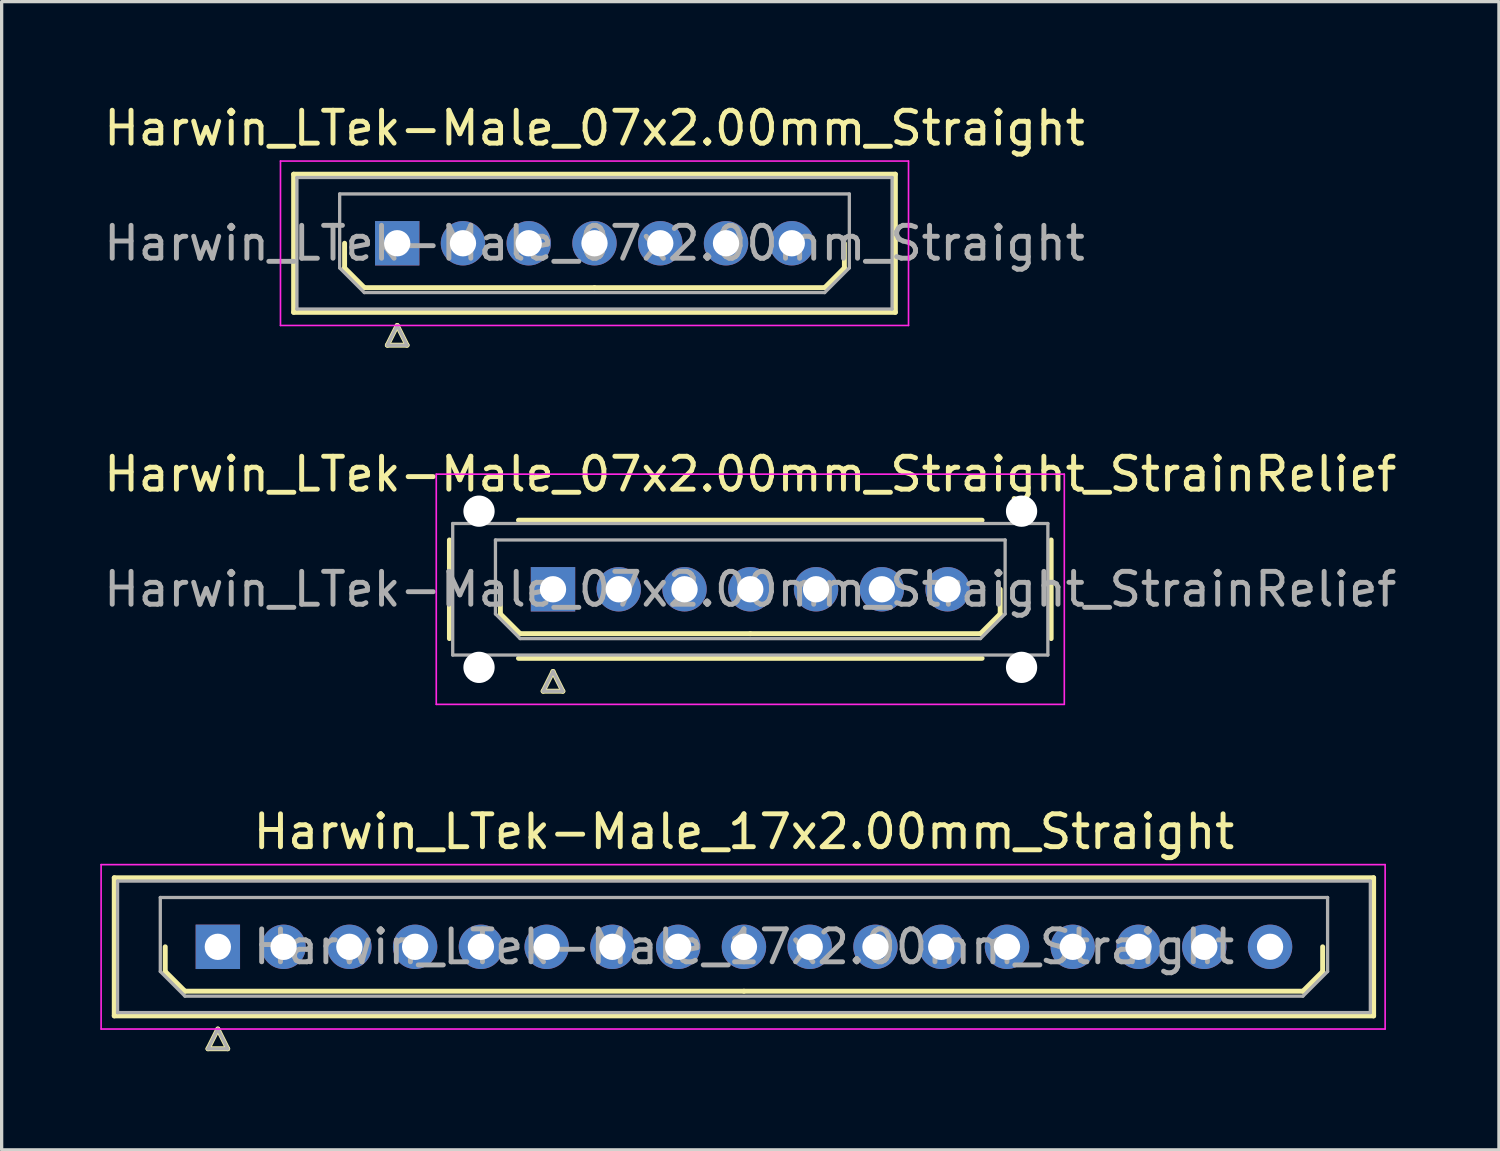
<source format=kicad_pcb>
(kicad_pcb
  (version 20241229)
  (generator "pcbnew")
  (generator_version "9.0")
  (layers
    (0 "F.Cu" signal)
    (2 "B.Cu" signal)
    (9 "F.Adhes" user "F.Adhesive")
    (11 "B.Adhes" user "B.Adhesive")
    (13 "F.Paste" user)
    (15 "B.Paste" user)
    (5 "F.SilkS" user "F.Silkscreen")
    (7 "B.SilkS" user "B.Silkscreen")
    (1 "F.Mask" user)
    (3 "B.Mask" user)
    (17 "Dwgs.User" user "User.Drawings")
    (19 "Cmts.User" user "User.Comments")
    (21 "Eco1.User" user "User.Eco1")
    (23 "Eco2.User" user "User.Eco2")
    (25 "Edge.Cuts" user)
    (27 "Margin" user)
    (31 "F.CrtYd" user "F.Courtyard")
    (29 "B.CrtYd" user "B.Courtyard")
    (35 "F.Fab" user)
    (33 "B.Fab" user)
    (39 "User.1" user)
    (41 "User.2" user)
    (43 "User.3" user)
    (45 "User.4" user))
  (footprint "Harwin_LTek-Male_07x2.00mm_Straight_StrainRelief"
    (layer "F.Cu")
    (at 13.768 14.871)
    (property "Reference" "Harwin_LTek-Male_07x2.00mm_Straight_StrainRelief" (at 6 -3.5 0) (layer "F.SilkS") (effects (font (size 1 1) (thickness 0.15))))
    (attr through_hole)
    (fp_line (start -3.15 -1.5) (end -3.15 1.5) (stroke (width 0.15) (type solid)) (layer "F.SilkS"))
    (fp_line (start -1.6 0) (end -1.6 0.75) (stroke (width 0.15) (type solid)) (layer "F.SilkS"))
    (fp_line (start -1.6 0.75) (end -1 1.35) (stroke (width 0.15) (type solid)) (layer "F.SilkS"))
    (fp_line (start -1.05 -2.1) (end 13.05 -2.1) (stroke (width 0.15) (type solid)) (layer "F.SilkS"))
    (fp_line (start -1.05 2.1) (end 13.05 2.1) (stroke (width 0.15) (type solid)) (layer "F.SilkS"))
    (fp_line (start -1 1.35) (end 6 1.35) (stroke (width 0.15) (type solid)) (layer "F.SilkS"))
    (fp_line (start -0.3 3.1) (end 0.3 3.1) (stroke (width 0.15) (type solid)) (layer "F.SilkS"))
    (fp_line (start 0 2.5) (end -0.3 3.1) (stroke (width 0.15) (type solid)) (layer "F.SilkS"))
    (fp_line (start 0.3 3.1) (end 0 2.5) (stroke (width 0.15) (type solid)) (layer "F.SilkS"))
    (fp_line (start 13 1.35) (end 6 1.35) (stroke (width 0.15) (type solid)) (layer "F.SilkS"))
    (fp_line (start 13.6 0) (end 13.6 0.75) (stroke (width 0.15) (type solid)) (layer "F.SilkS"))
    (fp_line (start 13.6 0.75) (end 13 1.35) (stroke (width 0.15) (type solid)) (layer "F.SilkS"))
    (fp_line (start 15.15 -1.5) (end 15.15 1.5) (stroke (width 0.15) (type solid)) (layer "F.SilkS"))
    (fp_line (start -3.55 -3.5) (end -3.55 3.5) (stroke (width 0.05) (type solid)) (layer "F.CrtYd"))
    (fp_line (start -3.55 3.5) (end 15.55 3.5) (stroke (width 0.05) (type solid)) (layer "F.CrtYd"))
    (fp_line (start 15.55 -3.5) (end -3.55 -3.5) (stroke (width 0.05) (type solid)) (layer "F.CrtYd"))
    (fp_line (start 15.55 3.5) (end 15.55 -3.5) (stroke (width 0.05) (type solid)) (layer "F.CrtYd"))
    (fp_line (start -3.05 -2) (end -3.05 2) (stroke (width 0.1) (type solid)) (layer "F.Fab"))
    (fp_line (start -3.05 2) (end 15.05 2) (stroke (width 0.1) (type solid)) (layer "F.Fab"))
    (fp_line (start -1.75 -1.5) (end 13.75 -1.5) (stroke (width 0.1) (type solid)) (layer "F.Fab"))
    (fp_line (start -1.75 0.75) (end -1.75 -1.5) (stroke (width 0.1) (type solid)) (layer "F.Fab"))
    (fp_line (start -1 1.5) (end -1.75 0.75) (stroke (width 0.1) (type solid)) (layer "F.Fab"))
    (fp_line (start -0.3 3.1) (end 0.3 3.1) (stroke (width 0.1) (type solid)) (layer "F.Fab"))
    (fp_line (start 0 2.5) (end -0.3 3.1) (stroke (width 0.1) (type solid)) (layer "F.Fab"))
    (fp_line (start 0.3 3.1) (end 0 2.5) (stroke (width 0.1) (type solid)) (layer "F.Fab"))
    (fp_line (start 13 1.5) (end -1 1.5) (stroke (width 0.1) (type solid)) (layer "F.Fab"))
    (fp_line (start 13.75 -1.5) (end 13.75 0.75) (stroke (width 0.1) (type solid)) (layer "F.Fab"))
    (fp_line (start 13.75 0.75) (end 13 1.5) (stroke (width 0.1) (type solid)) (layer "F.Fab"))
    (fp_line (start 15.05 -2) (end -3.05 -2) (stroke (width 0.1) (type solid)) (layer "F.Fab"))
    (fp_line (start 15.05 2) (end 15.05 -2) (stroke (width 0.1) (type solid)) (layer "F.Fab"))
    (fp_text user "${REFERENCE}" (at 6 0 0) (layer "F.Fab") (effects (font (size 1 1) (thickness 0.15))))
    (pad "" np_thru_hole circle (at -2.25 -2.375) (size 0.95 0.95) (drill 0.95) (layers "*.Cu" "*.Mask"))
    (pad "" np_thru_hole circle (at -2.25 2.375) (size 0.95 0.95) (drill 0.95) (layers "*.Cu" "*.Mask"))
    (pad "" np_thru_hole circle (at 14.25 -2.375) (size 0.95 0.95) (drill 0.95) (layers "*.Cu" "*.Mask"))
    (pad "" np_thru_hole circle (at 14.25 2.375) (size 0.95 0.95) (drill 0.95) (layers "*.Cu" "*.Mask"))
    (pad "1" thru_hole rect (at 0 0) (size 1.35 1.35) (drill 0.8) (layers "*.Cu" "*.Mask"))
    (pad "2" thru_hole circle (at 2 0) (size 1.35 1.35) (drill 0.8) (layers "*.Cu" "*.Mask"))
    (pad "3" thru_hole circle (at 4 0) (size 1.35 1.35) (drill 0.8) (layers "*.Cu" "*.Mask"))
    (pad "4" thru_hole circle (at 6 0) (size 1.35 1.35) (drill 0.8) (layers "*.Cu" "*.Mask"))
    (pad "5" thru_hole circle (at 8 0) (size 1.35 1.35) (drill 0.8) (layers "*.Cu" "*.Mask"))
    (pad "6" thru_hole circle (at 10 0) (size 1.35 1.35) (drill 0.8) (layers "*.Cu" "*.Mask"))
    (pad "7" thru_hole circle (at 12 0) (size 1.35 1.35) (drill 0.8) (layers "*.Cu" "*.Mask")))
  (footprint "Harwin_LTek-Male_17x2.00mm_Straight"
    (layer "F.Cu")
    (at 3.575 25.745)
    (property "Reference" "Harwin_LTek-Male_17x2.00mm_Straight" (at 16 -3.5 0) (layer "F.SilkS") (effects (font (size 1 1) (thickness 0.15))))
    (attr through_hole)
    (fp_line (start -3.15 -2.1) (end -3.15 2.1) (stroke (width 0.15) (type solid)) (layer "F.SilkS"))
    (fp_line (start -3.15 2.1) (end 35.15 2.1) (stroke (width 0.15) (type solid)) (layer "F.SilkS"))
    (fp_line (start -1.6 0) (end -1.6 0.75) (stroke (width 0.15) (type solid)) (layer "F.SilkS"))
    (fp_line (start -1.6 0.75) (end -1 1.35) (stroke (width 0.15) (type solid)) (layer "F.SilkS"))
    (fp_line (start -1 1.35) (end 16 1.35) (stroke (width 0.15) (type solid)) (layer "F.SilkS"))
    (fp_line (start -0.3 3.1) (end 0.3 3.1) (stroke (width 0.15) (type solid)) (layer "F.SilkS"))
    (fp_line (start 0 2.5) (end -0.3 3.1) (stroke (width 0.15) (type solid)) (layer "F.SilkS"))
    (fp_line (start 0.3 3.1) (end 0 2.5) (stroke (width 0.15) (type solid)) (layer "F.SilkS"))
    (fp_line (start 33 1.35) (end 16 1.35) (stroke (width 0.15) (type solid)) (layer "F.SilkS"))
    (fp_line (start 33.6 0) (end 33.6 0.75) (stroke (width 0.15) (type solid)) (layer "F.SilkS"))
    (fp_line (start 33.6 0.75) (end 33 1.35) (stroke (width 0.15) (type solid)) (layer "F.SilkS"))
    (fp_line (start 35.15 -2.1) (end -3.15 -2.1) (stroke (width 0.15) (type solid)) (layer "F.SilkS"))
    (fp_line (start 35.15 2.1) (end 35.15 -2.1) (stroke (width 0.15) (type solid)) (layer "F.SilkS"))
    (fp_line (start -3.55 -2.5) (end -3.55 2.5) (stroke (width 0.05) (type solid)) (layer "F.CrtYd"))
    (fp_line (start -3.55 2.5) (end 35.5 2.5) (stroke (width 0.05) (type solid)) (layer "F.CrtYd"))
    (fp_line (start 35.5 -2.5) (end -3.55 -2.5) (stroke (width 0.05) (type solid)) (layer "F.CrtYd"))
    (fp_line (start 35.5 2.5) (end 35.5 -2.5) (stroke (width 0.05) (type solid)) (layer "F.CrtYd"))
    (fp_line (start -3.05 -2) (end -3.05 2) (stroke (width 0.1) (type solid)) (layer "F.Fab"))
    (fp_line (start -3.05 2) (end 35.05 2) (stroke (width 0.1) (type solid)) (layer "F.Fab"))
    (fp_line (start -1.75 -1.5) (end 33.75 -1.5) (stroke (width 0.1) (type solid)) (layer "F.Fab"))
    (fp_line (start -1.75 0.75) (end -1.75 -1.5) (stroke (width 0.1) (type solid)) (layer "F.Fab"))
    (fp_line (start -1 1.5) (end -1.75 0.75) (stroke (width 0.1) (type solid)) (layer "F.Fab"))
    (fp_line (start -0.3 3.1) (end 0.3 3.1) (stroke (width 0.1) (type solid)) (layer "F.Fab"))
    (fp_line (start 0 2.5) (end -0.3 3.1) (stroke (width 0.1) (type solid)) (layer "F.Fab"))
    (fp_line (start 0.3 3.1) (end 0 2.5) (stroke (width 0.1) (type solid)) (layer "F.Fab"))
    (fp_line (start 33 1.5) (end -1 1.5) (stroke (width 0.1) (type solid)) (layer "F.Fab"))
    (fp_line (start 33.75 -1.5) (end 33.75 0.75) (stroke (width 0.1) (type solid)) (layer "F.Fab"))
    (fp_line (start 33.75 0.75) (end 33 1.5) (stroke (width 0.1) (type solid)) (layer "F.Fab"))
    (fp_line (start 35.05 -2) (end -3.05 -2) (stroke (width 0.1) (type solid)) (layer "F.Fab"))
    (fp_line (start 35.05 2) (end 35.05 -2) (stroke (width 0.1) (type solid)) (layer "F.Fab"))
    (fp_text user "${REFERENCE}" (at 16 0 0) (layer "F.Fab") (effects (font (size 1 1) (thickness 0.15))))
    (pad "1" thru_hole rect (at 0 0) (size 1.35 1.35) (drill 0.8) (layers "*.Cu" "*.Mask"))
    (pad "2" thru_hole circle (at 2 0) (size 1.35 1.35) (drill 0.8) (layers "*.Cu" "*.Mask"))
    (pad "3" thru_hole circle (at 4 0) (size 1.35 1.35) (drill 0.8) (layers "*.Cu" "*.Mask"))
    (pad "4" thru_hole circle (at 6 0) (size 1.35 1.35) (drill 0.8) (layers "*.Cu" "*.Mask"))
    (pad "5" thru_hole circle (at 8 0) (size 1.35 1.35) (drill 0.8) (layers "*.Cu" "*.Mask"))
    (pad "6" thru_hole circle (at 10 0) (size 1.35 1.35) (drill 0.8) (layers "*.Cu" "*.Mask"))
    (pad "7" thru_hole circle (at 12 0) (size 1.35 1.35) (drill 0.8) (layers "*.Cu" "*.Mask"))
    (pad "8" thru_hole circle (at 14 0) (size 1.35 1.35) (drill 0.8) (layers "*.Cu" "*.Mask"))
    (pad "9" thru_hole circle (at 16 0) (size 1.35 1.35) (drill 0.8) (layers "*.Cu" "*.Mask"))
    (pad "10" thru_hole circle (at 18 0) (size 1.35 1.35) (drill 0.8) (layers "*.Cu" "*.Mask"))
    (pad "11" thru_hole circle (at 20 0) (size 1.35 1.35) (drill 0.8) (layers "*.Cu" "*.Mask"))
    (pad "12" thru_hole circle (at 22 0) (size 1.35 1.35) (drill 0.8) (layers "*.Cu" "*.Mask"))
    (pad "13" thru_hole circle (at 24 0) (size 1.35 1.35) (drill 0.8) (layers "*.Cu" "*.Mask"))
    (pad "14" thru_hole circle (at 26 0) (size 1.35 1.35) (drill 0.8) (layers "*.Cu" "*.Mask"))
    (pad "15" thru_hole circle (at 28 0) (size 1.35 1.35) (drill 0.8) (layers "*.Cu" "*.Mask"))
    (pad "16" thru_hole circle (at 30 0) (size 1.35 1.35) (drill 0.8) (layers "*.Cu" "*.Mask"))
    (pad "17" thru_hole circle (at 32 0) (size 1.35 1.35) (drill 0.8) (layers "*.Cu" "*.Mask")))
  (footprint "Harwin_LTek-Male_07x2.00mm_Straight"
    (layer "F.Cu")
    (at 9.03 4.348)
    (property "Reference" "Harwin_LTek-Male_07x2.00mm_Straight" (at 6 -3.5 0) (layer "F.SilkS") (effects (font (size 1 1) (thickness 0.15))))
    (attr through_hole)
    (fp_line (start -3.15 -2.1) (end -3.15 2.1) (stroke (width 0.15) (type solid)) (layer "F.SilkS"))
    (fp_line (start -3.15 2.1) (end 15.15 2.1) (stroke (width 0.15) (type solid)) (layer "F.SilkS"))
    (fp_line (start -1.6 0) (end -1.6 0.75) (stroke (width 0.15) (type solid)) (layer "F.SilkS"))
    (fp_line (start -1.6 0.75) (end -1 1.35) (stroke (width 0.15) (type solid)) (layer "F.SilkS"))
    (fp_line (start -1 1.35) (end 6 1.35) (stroke (width 0.15) (type solid)) (layer "F.SilkS"))
    (fp_line (start -0.3 3.1) (end 0.3 3.1) (stroke (width 0.15) (type solid)) (layer "F.SilkS"))
    (fp_line (start 0 2.5) (end -0.3 3.1) (stroke (width 0.15) (type solid)) (layer "F.SilkS"))
    (fp_line (start 0.3 3.1) (end 0 2.5) (stroke (width 0.15) (type solid)) (layer "F.SilkS"))
    (fp_line (start 13 1.35) (end 6 1.35) (stroke (width 0.15) (type solid)) (layer "F.SilkS"))
    (fp_line (start 13.6 0) (end 13.6 0.75) (stroke (width 0.15) (type solid)) (layer "F.SilkS"))
    (fp_line (start 13.6 0.75) (end 13 1.35) (stroke (width 0.15) (type solid)) (layer "F.SilkS"))
    (fp_line (start 15.15 -2.1) (end -3.15 -2.1) (stroke (width 0.15) (type solid)) (layer "F.SilkS"))
    (fp_line (start 15.15 2.1) (end 15.15 -2.1) (stroke (width 0.15) (type solid)) (layer "F.SilkS"))
    (fp_line (start -3.55 -2.5) (end -3.55 2.5) (stroke (width 0.05) (type solid)) (layer "F.CrtYd"))
    (fp_line (start -3.55 2.5) (end 15.55 2.5) (stroke (width 0.05) (type solid)) (layer "F.CrtYd"))
    (fp_line (start 15.55 -2.5) (end -3.55 -2.5) (stroke (width 0.05) (type solid)) (layer "F.CrtYd"))
    (fp_line (start 15.55 2.5) (end 15.55 -2.5) (stroke (width 0.05) (type solid)) (layer "F.CrtYd"))
    (fp_line (start -3.05 -2) (end -3.05 2) (stroke (width 0.1) (type solid)) (layer "F.Fab"))
    (fp_line (start -3.05 2) (end 15.05 2) (stroke (width 0.1) (type solid)) (layer "F.Fab"))
    (fp_line (start -1.75 -1.5) (end 13.75 -1.5) (stroke (width 0.1) (type solid)) (layer "F.Fab"))
    (fp_line (start -1.75 0.75) (end -1.75 -1.5) (stroke (width 0.1) (type solid)) (layer "F.Fab"))
    (fp_line (start -1 1.5) (end -1.75 0.75) (stroke (width 0.1) (type solid)) (layer "F.Fab"))
    (fp_line (start -0.3 3.1) (end 0.3 3.1) (stroke (width 0.1) (type solid)) (layer "F.Fab"))
    (fp_line (start 0 2.5) (end -0.3 3.1) (stroke (width 0.1) (type solid)) (layer "F.Fab"))
    (fp_line (start 0.3 3.1) (end 0 2.5) (stroke (width 0.1) (type solid)) (layer "F.Fab"))
    (fp_line (start 13 1.5) (end -1 1.5) (stroke (width 0.1) (type solid)) (layer "F.Fab"))
    (fp_line (start 13.75 -1.5) (end 13.75 0.75) (stroke (width 0.1) (type solid)) (layer "F.Fab"))
    (fp_line (start 13.75 0.75) (end 13 1.5) (stroke (width 0.1) (type solid)) (layer "F.Fab"))
    (fp_line (start 15.05 -2) (end -3.05 -2) (stroke (width 0.1) (type solid)) (layer "F.Fab"))
    (fp_line (start 15.05 2) (end 15.05 -2) (stroke (width 0.1) (type solid)) (layer "F.Fab"))
    (fp_text user "${REFERENCE}" (at 6 0 0) (layer "F.Fab") (effects (font (size 1 1) (thickness 0.15))))
    (pad "1" thru_hole rect (at 0 0) (size 1.35 1.35) (drill 0.8) (layers "*.Cu" "*.Mask"))
    (pad "2" thru_hole circle (at 2 0) (size 1.35 1.35) (drill 0.8) (layers "*.Cu" "*.Mask"))
    (pad "3" thru_hole circle (at 4 0) (size 1.35 1.35) (drill 0.8) (layers "*.Cu" "*.Mask"))
    (pad "4" thru_hole circle (at 6 0) (size 1.35 1.35) (drill 0.8) (layers "*.Cu" "*.Mask"))
    (pad "5" thru_hole circle (at 8 0) (size 1.35 1.35) (drill 0.8) (layers "*.Cu" "*.Mask"))
    (pad "6" thru_hole circle (at 10 0) (size 1.35 1.35) (drill 0.8) (layers "*.Cu" "*.Mask"))
    (pad "7" thru_hole circle (at 12 0) (size 1.35 1.35) (drill 0.8) (layers "*.Cu" "*.Mask")))
  (gr_rect
    (start -3 -3)
    (end 42.536 31.92)
    (stroke (width 0.1) (type default))
    (fill no)
    (layer "Edge.Cuts")))
</source>
